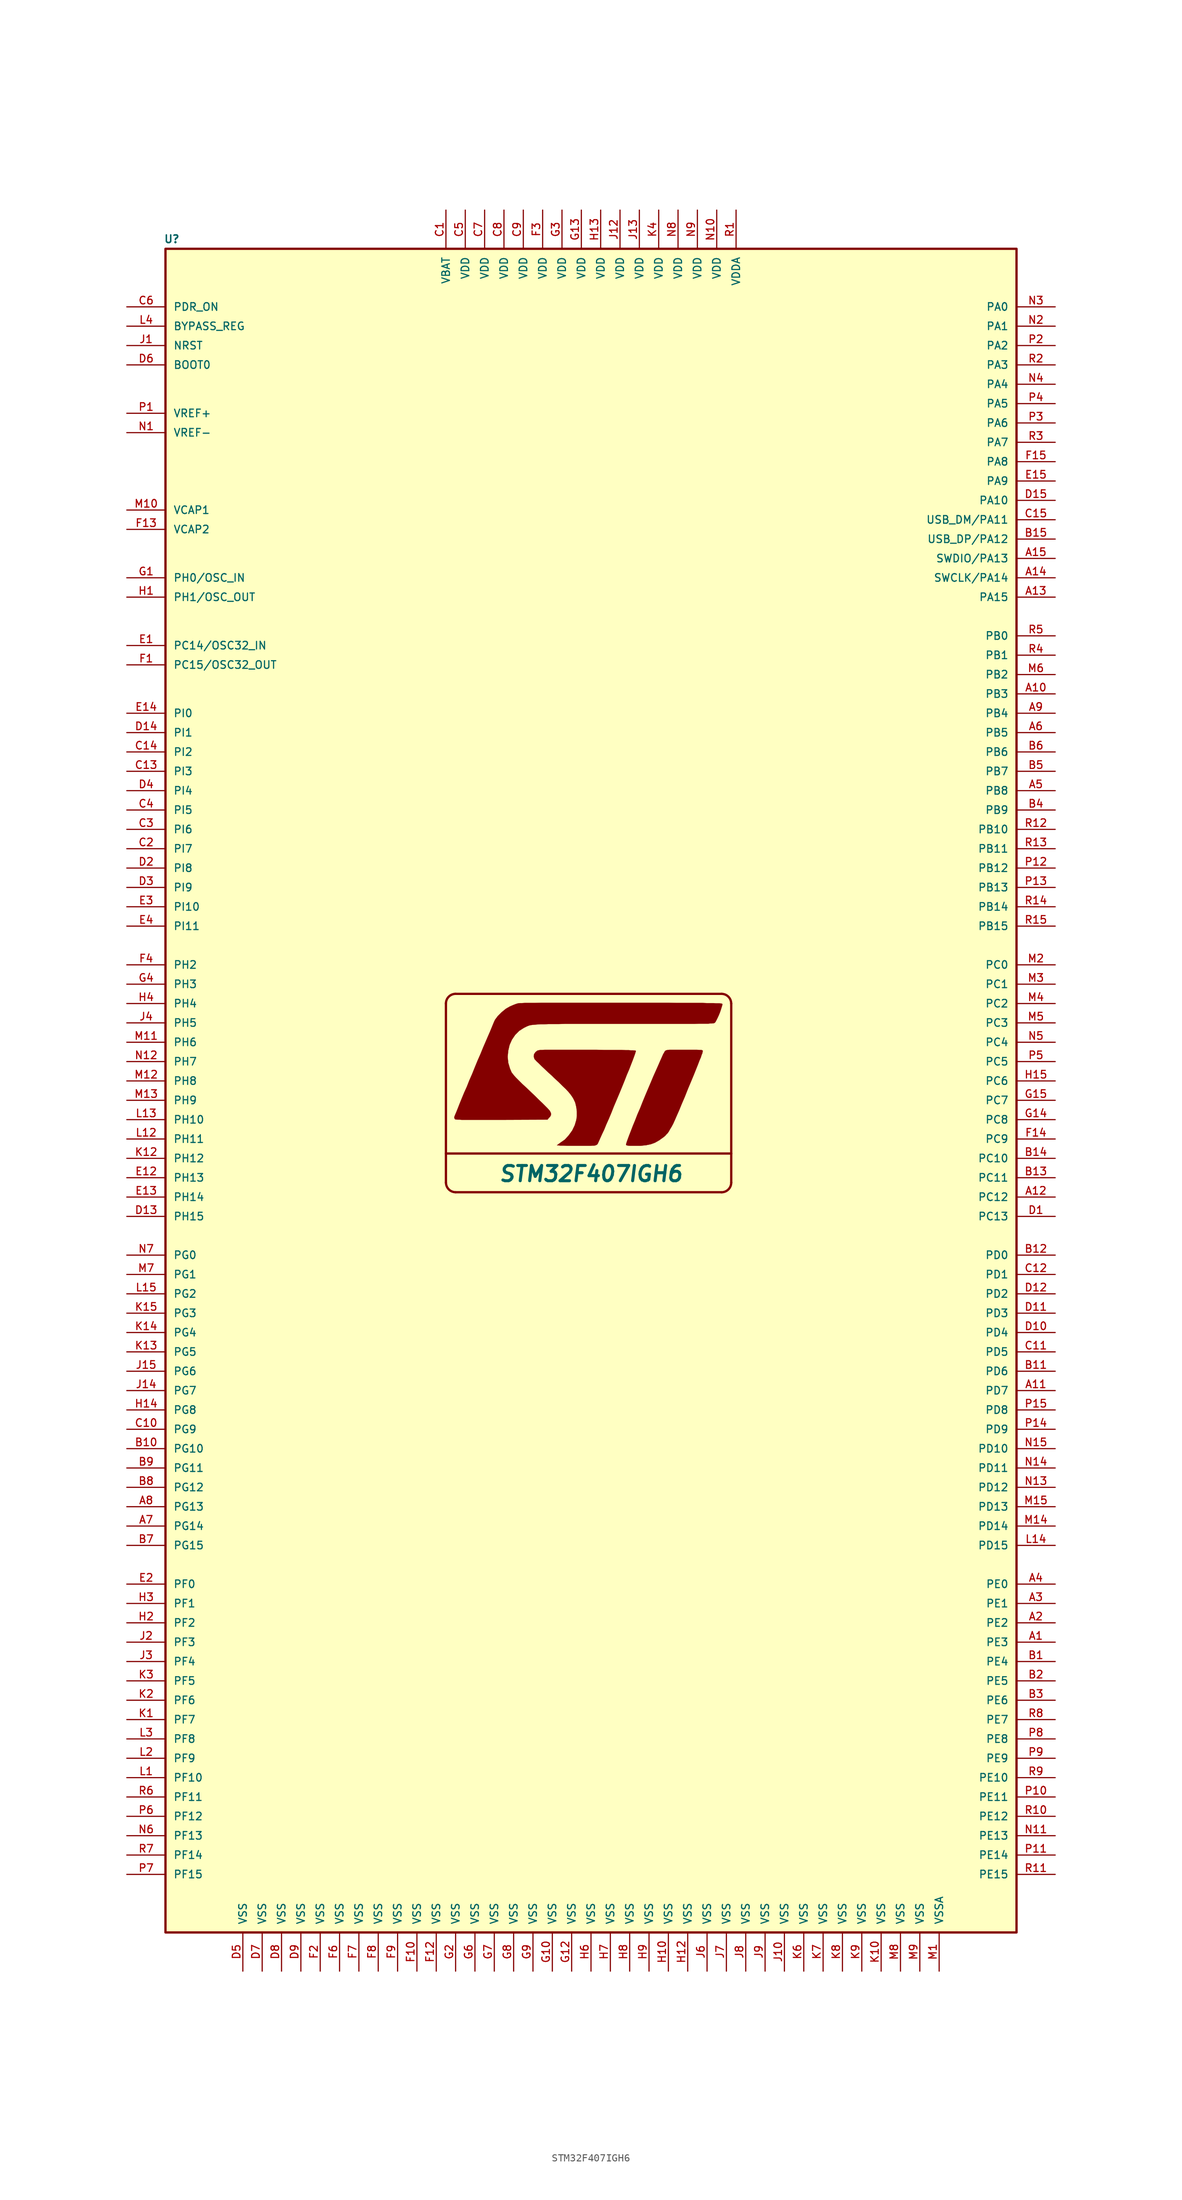
<source format=kicad_sym>
(kicad_symbol_lib
  (version 20201005)
  (generator kicad_symbol_editor)
  (symbol "HDLib_Microcontroller:STM32F407IGH6"
    (pin_names
      (offset 1))
    (property "Reference" "U"
      (at -56.134 113.03 0)
      (effects (font (size 1 1) bold) (justify left)))
    (property "Value" "STM32F407IGH6"
      (at 0 -9.652 0)
      (effects (font (size 2 2) bold italic)))
    (symbol "STM32F407IGH6_0_0"
      (polyline (pts (xy 7.239 -5.893) (xy 7.849 -5.766) (xy 8.407 -5.563) (xy 8.941 -5.258) (xy 9.474 -4.877) (xy 9.576 -4.801) (xy 9.754 -4.648) (xy 9.906 -4.47) (xy 10.084 -4.293) (xy 10.236 -4.064) (xy 10.389 -3.785) (xy 10.592 -3.454) (xy 10.795 -3.073) (xy 11.024 -2.565) (xy 11.278 -1.981) (xy 11.582 -1.295) (xy 11.913 -0.483) (xy 12.319 0.457) (xy 12.751 1.549) (xy 13.106 2.388) (xy 13.487 3.302) (xy 14.046 4.699) (xy 14.249 5.232) (xy 14.427 5.639) (xy 14.529 5.969) (xy 14.63 6.198) (xy 14.656 6.375) (xy 14.681 6.477) (xy 14.656 6.528) (xy 14.58 6.579) (xy 14.453 6.604) (xy 14.224 6.604) (xy 13.919 6.629) (xy 10.312 6.629) (xy 10.109 6.604) (xy 9.957 6.579) (xy 9.855 6.553) (xy 9.703 6.452) (xy 9.627 6.299) (xy 9.474 6.045) (xy 9.296 5.639) (xy 9.068 5.131) (xy 8.814 4.547) (xy 8.509 3.861) (xy 8.179 3.124) (xy 7.849 2.337) (xy 7.137 0.66) (xy 6.782 -0.203) (xy 6.452 -1.041) (xy 6.096 -1.854) (xy 5.791 -2.642) (xy 5.486 -3.378) (xy 5.232 -4.039) (xy 5.004 -4.623) (xy 4.826 -5.105) (xy 4.699 -5.461) (xy 4.623 -5.715) (xy 4.597 -5.817) (xy 4.623 -5.867) (xy 4.699 -5.918) (xy 4.851 -5.944) (xy 5.08 -5.969) (xy 6.502 -5.969) (xy 7.239 -5.893)) (stroke (width 0.025)) (fill (type outline)))
      (polyline (pts (xy 0.229 -5.944) (xy 0.432 -5.944) (xy 0.584 -5.918) (xy 0.686 -5.867) (xy 0.762 -5.842) (xy 0.838 -5.766) (xy 0.914 -5.639) (xy 1.041 -5.359) (xy 1.219 -4.953) (xy 1.448 -4.445) (xy 1.727 -3.861) (xy 2.007 -3.175) (xy 2.337 -2.438) (xy 2.667 -1.651) (xy 2.997 -0.813) (xy 3.708 0.864) (xy 4.064 1.727) (xy 4.394 2.54) (xy 4.699 3.327) (xy 5.004 4.039) (xy 5.258 4.699) (xy 5.486 5.283) (xy 5.664 5.766) (xy 5.791 6.121) (xy 5.867 6.375) (xy 5.893 6.477) (xy 5.867 6.502) (xy 5.791 6.528) (xy 5.69 6.528) (xy 5.512 6.553) (xy 5.258 6.553) (xy 4.953 6.579) (xy 4.547 6.579) (xy 4.013 6.604) (xy 1.753 6.604) (xy 0.711 6.629) (xy -6.096 6.629) (xy -6.401 6.604) (xy -6.629 6.604) (xy -6.782 6.579) (xy -6.909 6.553) (xy -7.01 6.528) (xy -7.061 6.502) (xy -7.264 6.35) (xy -7.468 6.071) (xy -7.518 5.74) (xy -7.417 5.41) (xy -7.341 5.334) (xy -7.163 5.131) (xy -6.883 4.877) (xy -6.528 4.521) (xy -6.096 4.115) (xy -5.613 3.658) (xy -5.105 3.2) (xy -4.877 2.972) (xy -4.242 2.388) (xy -3.734 1.88) (xy -3.302 1.473) (xy -2.972 1.118) (xy -2.718 0.813) (xy -2.515 0.533) (xy -2.337 0.254) (xy -2.21 0) (xy -2.083 -0.279) (xy -2.057 -0.356) (xy -1.93 -0.889) (xy -1.854 -1.473) (xy -1.854 -2.083) (xy -1.93 -2.591) (xy -2.134 -3.277) (xy -2.464 -3.962) (xy -2.921 -4.597) (xy -3.429 -5.156) (xy -4.013 -5.563) (xy -4.216 -5.715) (xy -4.394 -5.842) (xy -4.47 -5.918) (xy -4.318 -5.918) (xy -4.039 -5.944) (xy -3.632 -5.944) (xy -3.15 -5.969) (xy -0.051 -5.969) (xy 0.229 -5.944)) (stroke (width 0.025)) (fill (type outline)))
      (polyline (pts (xy -5.715 -2.54) (xy -5.486 -2.261) (xy -5.385 -2.184) (xy -5.258 -1.93) (xy -5.258 -1.702) (xy -5.385 -1.422) (xy -5.486 -1.295) (xy -5.69 -1.067) (xy -6.375 -0.381) (xy -6.833 0.051) (xy -7.315 0.533) (xy -7.849 1.041) (xy -8.433 1.6) (xy -9.017 2.134) (xy -9.855 2.972) (xy -10.109 3.251) (xy -10.287 3.48) (xy -10.414 3.632) (xy -10.643 4.166) (xy -10.871 4.928) (xy -10.947 5.715) (xy -10.871 6.502) (xy -10.693 7.264) (xy -10.389 7.95) (xy -9.957 8.585) (xy -9.423 9.119) (xy -8.788 9.525) (xy -8.661 9.576) (xy -8.534 9.652) (xy -8.407 9.703) (xy -8.306 9.754) (xy -8.001 9.855) (xy -7.823 9.881) (xy -7.62 9.906) (xy -7.341 9.931) (xy -7.01 9.957) (xy -6.629 9.982) (xy -6.172 9.982) (xy -5.613 10.008) (xy -4.267 10.008) (xy -3.429 10.033) (xy 13.589 10.033) (xy 14.173 10.058) (xy 15.392 10.058) (xy 15.646 10.084) (xy 15.85 10.084) (xy 16.002 10.109) (xy 16.104 10.109) (xy 16.18 10.135) (xy 16.231 10.16) (xy 16.332 10.262) (xy 16.459 10.49) (xy 16.612 10.795) (xy 16.789 11.176) (xy 16.942 11.557) (xy 17.069 11.938) (xy 17.17 12.268) (xy 17.247 12.522) (xy 17.247 12.649) (xy 17.221 12.649) (xy 17.196 12.675) (xy 17.12 12.7) (xy 17.018 12.7) (xy 16.866 12.725) (xy 16.408 12.725) (xy 16.104 12.751) (xy 15.215 12.751) (xy 14.63 12.776) (xy 11.252 12.776) (xy 10.109 12.802) (xy -6.502 12.802) (xy -7.391 12.776) (xy -8.661 12.776) (xy -9.093 12.751) (xy -9.373 12.751) (xy -9.525 12.725) (xy -9.576 12.725) (xy -9.906 12.624) (xy -10.287 12.471) (xy -10.643 12.319) (xy -11.176 12.014) (xy -11.735 11.557) (xy -12.243 11.049) (xy -12.624 10.541) (xy -12.624 10.516) (xy -12.725 10.312) (xy -12.852 10.008) (xy -13.03 9.576) (xy -13.259 9.017) (xy -13.538 8.382) (xy -13.843 7.671) (xy -14.173 6.909) (xy -14.503 6.096) (xy -14.884 5.232) (xy -15.24 4.369) (xy -15.596 3.48) (xy -15.977 2.616) (xy -16.307 1.778) (xy -16.662 0.991) (xy -16.967 0.254) (xy -17.247 -0.432) (xy -17.475 -1.016) (xy -17.678 -1.524) (xy -17.831 -1.88) (xy -17.932 -2.134) (xy -17.958 -2.286) (xy -17.882 -2.464) (xy -17.78 -2.515) (xy -17.678 -2.515) (xy -17.501 -2.54) (xy -17.272 -2.54) (xy -16.967 -2.565) (xy -11.735 -2.565) (xy -5.715 -2.54)) (stroke (width 0.025)) (fill (type outline))))
    (symbol "STM32F407IGH6_0_1"
      (arc (start -19.05 -10.795) (end -17.78 -12.065) (radius (at -17.78 -10.795) (length 1.27) (angles 180 -90)) (stroke (width 0.3)) (fill (type none)))
      (arc (start -17.78 13.97) (end -19.05 12.7) (radius (at -17.78 12.7) (length 1.27) (angles 90 180)) (stroke (width 0.3)) (fill (type none)))
      (arc (start 18.415 -10.795) (end 17.145 -12.065) (radius (at 17.145 -10.795) (length 1.27) (angles 0 -90)) (stroke (width 0.3)) (fill (type none)))
      (arc (start 17.145 13.97) (end 18.415 12.7) (radius (at 17.145 12.7) (length 1.27) (angles 90 0)) (stroke (width 0.3)) (fill (type none)))
      (rectangle (start -55.88 111.76) (end 55.88 -109.22) (stroke (width 0.3)) (fill (type background)))
      (polyline (pts (xy -19.05 -6.985) (xy 18.415 -6.985)) (stroke (width 0.3)) (fill (type none)))
      (polyline (pts (xy -19.05 12.7) (xy -19.05 -10.795)) (stroke (width 0.3)) (fill (type none)))
      (polyline (pts (xy -17.78 -12.065) (xy 17.145 -12.065)) (stroke (width 0.3)) (fill (type none)))
      (polyline (pts (xy 17.145 13.97) (xy -17.78 13.97)) (stroke (width 0.3)) (fill (type none)))
      (polyline (pts (xy 18.415 -10.795) (xy 18.415 12.7)) (stroke (width 0.3)) (fill (type none))))
    (symbol "STM32F407IGH6_1_1"
      (pin bidirectional line (at 60.96 -71.12 180) (length 5.08) (name "PE3" (effects (font (size 1 1)))) (number "A1" (effects (font (size 1 1)))))
      (pin bidirectional line (at 60.96 53.34 180) (length 5.08) (name "PB3" (effects (font (size 1 1)))) (number "A10" (effects (font (size 1 1)))))
      (pin bidirectional line (at 60.96 -38.1 180) (length 5.08) (name "PD7" (effects (font (size 1 1)))) (number "A11" (effects (font (size 1 1)))))
      (pin bidirectional line (at 60.96 -12.7 180) (length 5.08) (name "PC12" (effects (font (size 1 1)))) (number "A12" (effects (font (size 1 1)))))
      (pin bidirectional line (at 60.96 66.04 180) (length 5.08) (name "PA15" (effects (font (size 1 1)))) (number "A13" (effects (font (size 1 1)))))
      (pin bidirectional line (at 60.96 68.58 180) (length 5.08) (name "SWCLK/PA14" (effects (font (size 1 1)))) (number "A14" (effects (font (size 1 1)))))
      (pin bidirectional line (at 60.96 71.12 180) (length 5.08) (name "SWDIO/PA13" (effects (font (size 1 1)))) (number "A15" (effects (font (size 1 1)))))
      (pin bidirectional line (at 60.96 -68.58 180) (length 5.08) (name "PE2" (effects (font (size 1 1)))) (number "A2" (effects (font (size 1 1)))))
      (pin bidirectional line (at 60.96 -66.04 180) (length 5.08) (name "PE1" (effects (font (size 1 1)))) (number "A3" (effects (font (size 1 1)))))
      (pin bidirectional line (at 60.96 -63.5 180) (length 5.08) (name "PE0" (effects (font (size 1 1)))) (number "A4" (effects (font (size 1 1)))))
      (pin bidirectional line (at 60.96 40.64 180) (length 5.08) (name "PB8" (effects (font (size 1 1)))) (number "A5" (effects (font (size 1 1)))))
      (pin bidirectional line (at 60.96 48.26 180) (length 5.08) (name "PB5" (effects (font (size 1 1)))) (number "A6" (effects (font (size 1 1)))))
      (pin bidirectional line (at -60.96 -55.88 0) (length 5.08) (name "PG14" (effects (font (size 1 1)))) (number "A7" (effects (font (size 1 1)))))
      (pin bidirectional line (at -60.96 -53.34 0) (length 5.08) (name "PG13" (effects (font (size 1 1)))) (number "A8" (effects (font (size 1 1)))))
      (pin bidirectional line (at 60.96 50.8 180) (length 5.08) (name "PB4" (effects (font (size 1 1)))) (number "A9" (effects (font (size 1 1)))))
      (pin bidirectional line (at 60.96 -73.66 180) (length 5.08) (name "PE4" (effects (font (size 1 1)))) (number "B1" (effects (font (size 1 1)))))
      (pin bidirectional line (at -60.96 -45.72 0) (length 5.08) (name "PG10" (effects (font (size 1 1)))) (number "B10" (effects (font (size 1 1)))))
      (pin bidirectional line (at 60.96 -35.56 180) (length 5.08) (name "PD6" (effects (font (size 1 1)))) (number "B11" (effects (font (size 1 1)))))
      (pin bidirectional line (at 60.96 -20.32 180) (length 5.08) (name "PD0" (effects (font (size 1 1)))) (number "B12" (effects (font (size 1 1)))))
      (pin bidirectional line (at 60.96 -10.16 180) (length 5.08) (name "PC11" (effects (font (size 1 1)))) (number "B13" (effects (font (size 1 1)))))
      (pin bidirectional line (at 60.96 -7.62 180) (length 5.08) (name "PC10" (effects (font (size 1 1)))) (number "B14" (effects (font (size 1 1)))))
      (pin bidirectional line (at 60.96 73.66 180) (length 5.08) (name "USB_DP/PA12" (effects (font (size 1 1)))) (number "B15" (effects (font (size 1 1)))))
      (pin bidirectional line (at 60.96 -76.2 180) (length 5.08) (name "PE5" (effects (font (size 1 1)))) (number "B2" (effects (font (size 1 1)))))
      (pin bidirectional line (at 60.96 -78.74 180) (length 5.08) (name "PE6" (effects (font (size 1 1)))) (number "B3" (effects (font (size 1 1)))))
      (pin bidirectional line (at 60.96 38.1 180) (length 5.08) (name "PB9" (effects (font (size 1 1)))) (number "B4" (effects (font (size 1 1)))))
      (pin bidirectional line (at 60.96 43.18 180) (length 5.08) (name "PB7" (effects (font (size 1 1)))) (number "B5" (effects (font (size 1 1)))))
      (pin bidirectional line (at 60.96 45.72 180) (length 5.08) (name "PB6" (effects (font (size 1 1)))) (number "B6" (effects (font (size 1 1)))))
      (pin bidirectional line (at -60.96 -58.42 0) (length 5.08) (name "PG15" (effects (font (size 1 1)))) (number "B7" (effects (font (size 1 1)))))
      (pin bidirectional line (at -60.96 -50.8 0) (length 5.08) (name "PG12" (effects (font (size 1 1)))) (number "B8" (effects (font (size 1 1)))))
      (pin bidirectional line (at -60.96 -48.26 0) (length 5.08) (name "PG11" (effects (font (size 1 1)))) (number "B9" (effects (font (size 1 1)))))
      (pin power_in line (at -19.05 116.84 270) (length 5.08) (name "VBAT" (effects (font (size 1 1)))) (number "C1" (effects (font (size 1 1)))))
      (pin bidirectional line (at -60.96 -43.18 0) (length 5.08) (name "PG9" (effects (font (size 1 1)))) (number "C10" (effects (font (size 1 1)))))
      (pin bidirectional line (at 60.96 -33.02 180) (length 5.08) (name "PD5" (effects (font (size 1 1)))) (number "C11" (effects (font (size 1 1)))))
      (pin bidirectional line (at 60.96 -22.86 180) (length 5.08) (name "PD1" (effects (font (size 1 1)))) (number "C12" (effects (font (size 1 1)))))
      (pin bidirectional line (at -60.96 43.18 0) (length 5.08) (name "PI3" (effects (font (size 1 1)))) (number "C13" (effects (font (size 1 1)))))
      (pin bidirectional line (at -60.96 45.72 0) (length 5.08) (name "PI2" (effects (font (size 1 1)))) (number "C14" (effects (font (size 1 1)))))
      (pin bidirectional line (at 60.96 76.2 180) (length 5.08) (name "USB_DM/PA11" (effects (font (size 1 1)))) (number "C15" (effects (font (size 1 1)))))
      (pin bidirectional line (at -60.96 33.02 0) (length 5.08) (name "PI7" (effects (font (size 1 1)))) (number "C2" (effects (font (size 1 1)))))
      (pin bidirectional line (at -60.96 35.56 0) (length 5.08) (name "PI6" (effects (font (size 1 1)))) (number "C3" (effects (font (size 1 1)))))
      (pin bidirectional line (at -60.96 38.1 0) (length 5.08) (name "PI5" (effects (font (size 1 1)))) (number "C4" (effects (font (size 1 1)))))
      (pin power_in line (at -16.51 116.84 270) (length 5.08) (name "VDD" (effects (font (size 1 1)))) (number "C5" (effects (font (size 1 1)))))
      (pin input line (at -60.96 104.14 0) (length 5.08) (name "PDR_ON" (effects (font (size 1 1)))) (number "C6" (effects (font (size 1 1)))))
      (pin power_in line (at -13.97 116.84 270) (length 5.08) (name "VDD" (effects (font (size 1 1)))) (number "C7" (effects (font (size 1 1)))))
      (pin power_in line (at -11.43 116.84 270) (length 5.08) (name "VDD" (effects (font (size 1 1)))) (number "C8" (effects (font (size 1 1)))))
      (pin power_in line (at -8.89 116.84 270) (length 5.08) (name "VDD" (effects (font (size 1 1)))) (number "C9" (effects (font (size 1 1)))))
      (pin bidirectional line (at 60.96 -15.24 180) (length 5.08) (name "PC13" (effects (font (size 1 1)))) (number "D1" (effects (font (size 1 1)))))
      (pin bidirectional line (at 60.96 -30.48 180) (length 5.08) (name "PD4" (effects (font (size 1 1)))) (number "D10" (effects (font (size 1 1)))))
      (pin bidirectional line (at 60.96 -27.94 180) (length 5.08) (name "PD3" (effects (font (size 1 1)))) (number "D11" (effects (font (size 1 1)))))
      (pin bidirectional line (at 60.96 -25.4 180) (length 5.08) (name "PD2" (effects (font (size 1 1)))) (number "D12" (effects (font (size 1 1)))))
      (pin bidirectional line (at -60.96 -15.24 0) (length 5.08) (name "PH15" (effects (font (size 1 1)))) (number "D13" (effects (font (size 1 1)))))
      (pin bidirectional line (at -60.96 48.26 0) (length 5.08) (name "PI1" (effects (font (size 1 1)))) (number "D14" (effects (font (size 1 1)))))
      (pin bidirectional line (at 60.96 78.74 180) (length 5.08) (name "PA10" (effects (font (size 1 1)))) (number "D15" (effects (font (size 1 1)))))
      (pin bidirectional line (at -60.96 30.48 0) (length 5.08) (name "PI8" (effects (font (size 1 1)))) (number "D2" (effects (font (size 1 1)))))
      (pin bidirectional line (at -60.96 27.94 0) (length 5.08) (name "PI9" (effects (font (size 1 1)))) (number "D3" (effects (font (size 1 1)))))
      (pin bidirectional line (at -60.96 40.64 0) (length 5.08) (name "PI4" (effects (font (size 1 1)))) (number "D4" (effects (font (size 1 1)))))
      (pin power_in line (at -45.72 -114.3 90) (length 5.08) (name "VSS" (effects (font (size 1 1)))) (number "D5" (effects (font (size 1 1)))))
      (pin input line (at -60.96 96.52 0) (length 5.08) (name "BOOT0" (effects (font (size 1 1)))) (number "D6" (effects (font (size 1 1)))))
      (pin power_in line (at -43.18 -114.3 90) (length 5.08) (name "VSS" (effects (font (size 1 1)))) (number "D7" (effects (font (size 1 1)))))
      (pin power_in line (at -40.64 -114.3 90) (length 5.08) (name "VSS" (effects (font (size 1 1)))) (number "D8" (effects (font (size 1 1)))))
      (pin power_in line (at -38.1 -114.3 90) (length 5.08) (name "VSS" (effects (font (size 1 1)))) (number "D9" (effects (font (size 1 1)))))
      (pin bidirectional line (at -60.96 59.69 0) (length 5.08) (name "PC14/OSC32_IN" (effects (font (size 1 1)))) (number "E1" (effects (font (size 1 1)))))
      (pin bidirectional line (at -60.96 -10.16 0) (length 5.08) (name "PH13" (effects (font (size 1 1)))) (number "E12" (effects (font (size 1 1)))))
      (pin bidirectional line (at -60.96 -12.7 0) (length 5.08) (name "PH14" (effects (font (size 1 1)))) (number "E13" (effects (font (size 1 1)))))
      (pin bidirectional line (at -60.96 50.8 0) (length 5.08) (name "PI0" (effects (font (size 1 1)))) (number "E14" (effects (font (size 1 1)))))
      (pin bidirectional line (at 60.96 81.28 180) (length 5.08) (name "PA9" (effects (font (size 1 1)))) (number "E15" (effects (font (size 1 1)))))
      (pin bidirectional line (at -60.96 -63.5 0) (length 5.08) (name "PF0" (effects (font (size 1 1)))) (number "E2" (effects (font (size 1 1)))))
      (pin bidirectional line (at -60.96 25.4 0) (length 5.08) (name "PI10" (effects (font (size 1 1)))) (number "E3" (effects (font (size 1 1)))))
      (pin bidirectional line (at -60.96 22.86 0) (length 5.08) (name "PI11" (effects (font (size 1 1)))) (number "E4" (effects (font (size 1 1)))))
      (pin bidirectional line (at -60.96 57.15 0) (length 5.08) (name "PC15/OSC32_OUT" (effects (font (size 1 1)))) (number "F1" (effects (font (size 1 1)))))
      (pin power_in line (at -22.86 -114.3 90) (length 5.08) (name "VSS" (effects (font (size 1 1)))) (number "F10" (effects (font (size 1 1)))))
      (pin power_in line (at -20.32 -114.3 90) (length 5.08) (name "VSS" (effects (font (size 1 1)))) (number "F12" (effects (font (size 1 1)))))
      (pin power_in line (at -60.96 74.93 0) (length 5.08) (name "VCAP2" (effects (font (size 1 1)))) (number "F13" (effects (font (size 1 1)))))
      (pin bidirectional line (at 60.96 -5.08 180) (length 5.08) (name "PC9" (effects (font (size 1 1)))) (number "F14" (effects (font (size 1 1)))))
      (pin bidirectional line (at 60.96 83.82 180) (length 5.08) (name "PA8" (effects (font (size 1 1)))) (number "F15" (effects (font (size 1 1)))))
      (pin power_in line (at -35.56 -114.3 90) (length 5.08) (name "VSS" (effects (font (size 1 1)))) (number "F2" (effects (font (size 1 1)))))
      (pin power_in line (at -6.35 116.84 270) (length 5.08) (name "VDD" (effects (font (size 1 1)))) (number "F3" (effects (font (size 1 1)))))
      (pin bidirectional line (at -60.96 17.78 0) (length 5.08) (name "PH2" (effects (font (size 1 1)))) (number "F4" (effects (font (size 1 1)))))
      (pin power_in line (at -33.02 -114.3 90) (length 5.08) (name "VSS" (effects (font (size 1 1)))) (number "F6" (effects (font (size 1 1)))))
      (pin power_in line (at -30.48 -114.3 90) (length 5.08) (name "VSS" (effects (font (size 1 1)))) (number "F7" (effects (font (size 1 1)))))
      (pin power_in line (at -27.94 -114.3 90) (length 5.08) (name "VSS" (effects (font (size 1 1)))) (number "F8" (effects (font (size 1 1)))))
      (pin power_in line (at -25.4 -114.3 90) (length 5.08) (name "VSS" (effects (font (size 1 1)))) (number "F9" (effects (font (size 1 1)))))
      (pin bidirectional line (at -60.96 68.58 0) (length 5.08) (name "PH0/OSC_IN" (effects (font (size 1 1)))) (number "G1" (effects (font (size 1 1)))))
      (pin power_in line (at -5.08 -114.3 90) (length 5.08) (name "VSS" (effects (font (size 1 1)))) (number "G10" (effects (font (size 1 1)))))
      (pin power_in line (at -2.54 -114.3 90) (length 5.08) (name "VSS" (effects (font (size 1 1)))) (number "G12" (effects (font (size 1 1)))))
      (pin power_in line (at -1.27 116.84 270) (length 5.08) (name "VDD" (effects (font (size 1 1)))) (number "G13" (effects (font (size 1 1)))))
      (pin bidirectional line (at 60.96 -2.54 180) (length 5.08) (name "PC8" (effects (font (size 1 1)))) (number "G14" (effects (font (size 1 1)))))
      (pin bidirectional line (at 60.96 0 180) (length 5.08) (name "PC7" (effects (font (size 1 1)))) (number "G15" (effects (font (size 1 1)))))
      (pin power_in line (at -17.78 -114.3 90) (length 5.08) (name "VSS" (effects (font (size 1 1)))) (number "G2" (effects (font (size 1 1)))))
      (pin power_in line (at -3.81 116.84 270) (length 5.08) (name "VDD" (effects (font (size 1 1)))) (number "G3" (effects (font (size 1 1)))))
      (pin bidirectional line (at -60.96 15.24 0) (length 5.08) (name "PH3" (effects (font (size 1 1)))) (number "G4" (effects (font (size 1 1)))))
      (pin power_in line (at -15.24 -114.3 90) (length 5.08) (name "VSS" (effects (font (size 1 1)))) (number "G6" (effects (font (size 1 1)))))
      (pin power_in line (at -12.7 -114.3 90) (length 5.08) (name "VSS" (effects (font (size 1 1)))) (number "G7" (effects (font (size 1 1)))))
      (pin power_in line (at -10.16 -114.3 90) (length 5.08) (name "VSS" (effects (font (size 1 1)))) (number "G8" (effects (font (size 1 1)))))
      (pin power_in line (at -7.62 -114.3 90) (length 5.08) (name "VSS" (effects (font (size 1 1)))) (number "G9" (effects (font (size 1 1)))))
      (pin bidirectional line (at -60.96 66.04 0) (length 5.08) (name "PH1/OSC_OUT" (effects (font (size 1 1)))) (number "H1" (effects (font (size 1 1)))))
      (pin power_in line (at 10.16 -114.3 90) (length 5.08) (name "VSS" (effects (font (size 1 1)))) (number "H10" (effects (font (size 1 1)))))
      (pin power_in line (at 12.7 -114.3 90) (length 5.08) (name "VSS" (effects (font (size 1 1)))) (number "H12" (effects (font (size 1 1)))))
      (pin power_in line (at 1.27 116.84 270) (length 5.08) (name "VDD" (effects (font (size 1 1)))) (number "H13" (effects (font (size 1 1)))))
      (pin bidirectional line (at -60.96 -40.64 0) (length 5.08) (name "PG8" (effects (font (size 1 1)))) (number "H14" (effects (font (size 1 1)))))
      (pin bidirectional line (at 60.96 2.54 180) (length 5.08) (name "PC6" (effects (font (size 1 1)))) (number "H15" (effects (font (size 1 1)))))
      (pin bidirectional line (at -60.96 -68.58 0) (length 5.08) (name "PF2" (effects (font (size 1 1)))) (number "H2" (effects (font (size 1 1)))))
      (pin bidirectional line (at -60.96 -66.04 0) (length 5.08) (name "PF1" (effects (font (size 1 1)))) (number "H3" (effects (font (size 1 1)))))
      (pin bidirectional line (at -60.96 12.7 0) (length 5.08) (name "PH4" (effects (font (size 1 1)))) (number "H4" (effects (font (size 1 1)))))
      (pin power_in line (at 0 -114.3 90) (length 5.08) (name "VSS" (effects (font (size 1 1)))) (number "H6" (effects (font (size 1 1)))))
      (pin power_in line (at 2.54 -114.3 90) (length 5.08) (name "VSS" (effects (font (size 1 1)))) (number "H7" (effects (font (size 1 1)))))
      (pin power_in line (at 5.08 -114.3 90) (length 5.08) (name "VSS" (effects (font (size 1 1)))) (number "H8" (effects (font (size 1 1)))))
      (pin power_in line (at 7.62 -114.3 90) (length 5.08) (name "VSS" (effects (font (size 1 1)))) (number "H9" (effects (font (size 1 1)))))
      (pin input line (at -60.96 99.06 0) (length 5.08) (name "NRST" (effects (font (size 1 1)))) (number "J1" (effects (font (size 1 1)))))
      (pin power_in line (at 25.4 -114.3 90) (length 5.08) (name "VSS" (effects (font (size 1 1)))) (number "J10" (effects (font (size 1 1)))))
      (pin power_in line (at 3.81 116.84 270) (length 5.08) (name "VDD" (effects (font (size 1 1)))) (number "J12" (effects (font (size 1 1)))))
      (pin power_in line (at 6.35 116.84 270) (length 5.08) (name "VDD" (effects (font (size 1 1)))) (number "J13" (effects (font (size 1 1)))))
      (pin bidirectional line (at -60.96 -38.1 0) (length 5.08) (name "PG7" (effects (font (size 1 1)))) (number "J14" (effects (font (size 1 1)))))
      (pin bidirectional line (at -60.96 -35.56 0) (length 5.08) (name "PG6" (effects (font (size 1 1)))) (number "J15" (effects (font (size 1 1)))))
      (pin bidirectional line (at -60.96 -71.12 0) (length 5.08) (name "PF3" (effects (font (size 1 1)))) (number "J2" (effects (font (size 1 1)))))
      (pin bidirectional line (at -60.96 -73.66 0) (length 5.08) (name "PF4" (effects (font (size 1 1)))) (number "J3" (effects (font (size 1 1)))))
      (pin bidirectional line (at -60.96 10.16 0) (length 5.08) (name "PH5" (effects (font (size 1 1)))) (number "J4" (effects (font (size 1 1)))))
      (pin power_in line (at 15.24 -114.3 90) (length 5.08) (name "VSS" (effects (font (size 1 1)))) (number "J6" (effects (font (size 1 1)))))
      (pin power_in line (at 17.78 -114.3 90) (length 5.08) (name "VSS" (effects (font (size 1 1)))) (number "J7" (effects (font (size 1 1)))))
      (pin power_in line (at 20.32 -114.3 90) (length 5.08) (name "VSS" (effects (font (size 1 1)))) (number "J8" (effects (font (size 1 1)))))
      (pin power_in line (at 22.86 -114.3 90) (length 5.08) (name "VSS" (effects (font (size 1 1)))) (number "J9" (effects (font (size 1 1)))))
      (pin bidirectional line (at -60.96 -81.28 0) (length 5.08) (name "PF7" (effects (font (size 1 1)))) (number "K1" (effects (font (size 1 1)))))
      (pin power_in line (at 38.1 -114.3 90) (length 5.08) (name "VSS" (effects (font (size 1 1)))) (number "K10" (effects (font (size 1 1)))))
      (pin bidirectional line (at -60.96 -7.62 0) (length 5.08) (name "PH12" (effects (font (size 1 1)))) (number "K12" (effects (font (size 1 1)))))
      (pin bidirectional line (at -60.96 -33.02 0) (length 5.08) (name "PG5" (effects (font (size 1 1)))) (number "K13" (effects (font (size 1 1)))))
      (pin bidirectional line (at -60.96 -30.48 0) (length 5.08) (name "PG4" (effects (font (size 1 1)))) (number "K14" (effects (font (size 1 1)))))
      (pin bidirectional line (at -60.96 -27.94 0) (length 5.08) (name "PG3" (effects (font (size 1 1)))) (number "K15" (effects (font (size 1 1)))))
      (pin bidirectional line (at -60.96 -78.74 0) (length 5.08) (name "PF6" (effects (font (size 1 1)))) (number "K2" (effects (font (size 1 1)))))
      (pin bidirectional line (at -60.96 -76.2 0) (length 5.08) (name "PF5" (effects (font (size 1 1)))) (number "K3" (effects (font (size 1 1)))))
      (pin power_in line (at 8.89 116.84 270) (length 5.08) (name "VDD" (effects (font (size 1 1)))) (number "K4" (effects (font (size 1 1)))))
      (pin power_in line (at 27.94 -114.3 90) (length 5.08) (name "VSS" (effects (font (size 1 1)))) (number "K6" (effects (font (size 1 1)))))
      (pin power_in line (at 30.48 -114.3 90) (length 5.08) (name "VSS" (effects (font (size 1 1)))) (number "K7" (effects (font (size 1 1)))))
      (pin power_in line (at 33.02 -114.3 90) (length 5.08) (name "VSS" (effects (font (size 1 1)))) (number "K8" (effects (font (size 1 1)))))
      (pin power_in line (at 35.56 -114.3 90) (length 5.08) (name "VSS" (effects (font (size 1 1)))) (number "K9" (effects (font (size 1 1)))))
      (pin bidirectional line (at -60.96 -88.9 0) (length 5.08) (name "PF10" (effects (font (size 1 1)))) (number "L1" (effects (font (size 1 1)))))
      (pin bidirectional line (at -60.96 -5.08 0) (length 5.08) (name "PH11" (effects (font (size 1 1)))) (number "L12" (effects (font (size 1 1)))))
      (pin bidirectional line (at -60.96 -2.54 0) (length 5.08) (name "PH10" (effects (font (size 1 1)))) (number "L13" (effects (font (size 1 1)))))
      (pin bidirectional line (at 60.96 -58.42 180) (length 5.08) (name "PD15" (effects (font (size 1 1)))) (number "L14" (effects (font (size 1 1)))))
      (pin bidirectional line (at -60.96 -25.4 0) (length 5.08) (name "PG2" (effects (font (size 1 1)))) (number "L15" (effects (font (size 1 1)))))
      (pin bidirectional line (at -60.96 -86.36 0) (length 5.08) (name "PF9" (effects (font (size 1 1)))) (number "L2" (effects (font (size 1 1)))))
      (pin bidirectional line (at -60.96 -83.82 0) (length 5.08) (name "PF8" (effects (font (size 1 1)))) (number "L3" (effects (font (size 1 1)))))
      (pin input line (at -60.96 101.6 0) (length 5.08) (name "BYPASS_REG" (effects (font (size 1 1)))) (number "L4" (effects (font (size 1 1)))))
      (pin power_in line (at 45.72 -114.3 90) (length 5.08) (name "VSSA" (effects (font (size 1 1)))) (number "M1" (effects (font (size 1 1)))))
      (pin power_in line (at -60.96 77.47 0) (length 5.08) (name "VCAP1" (effects (font (size 1 1)))) (number "M10" (effects (font (size 1 1)))))
      (pin bidirectional line (at -60.96 7.62 0) (length 5.08) (name "PH6" (effects (font (size 1 1)))) (number "M11" (effects (font (size 1 1)))))
      (pin bidirectional line (at -60.96 2.54 0) (length 5.08) (name "PH8" (effects (font (size 1 1)))) (number "M12" (effects (font (size 1 1)))))
      (pin bidirectional line (at -60.96 0 0) (length 5.08) (name "PH9" (effects (font (size 1 1)))) (number "M13" (effects (font (size 1 1)))))
      (pin bidirectional line (at 60.96 -55.88 180) (length 5.08) (name "PD14" (effects (font (size 1 1)))) (number "M14" (effects (font (size 1 1)))))
      (pin bidirectional line (at 60.96 -53.34 180) (length 5.08) (name "PD13" (effects (font (size 1 1)))) (number "M15" (effects (font (size 1 1)))))
      (pin bidirectional line (at 60.96 17.78 180) (length 5.08) (name "PC0" (effects (font (size 1 1)))) (number "M2" (effects (font (size 1 1)))))
      (pin bidirectional line (at 60.96 15.24 180) (length 5.08) (name "PC1" (effects (font (size 1 1)))) (number "M3" (effects (font (size 1 1)))))
      (pin bidirectional line (at 60.96 12.7 180) (length 5.08) (name "PC2" (effects (font (size 1 1)))) (number "M4" (effects (font (size 1 1)))))
      (pin bidirectional line (at 60.96 10.16 180) (length 5.08) (name "PC3" (effects (font (size 1 1)))) (number "M5" (effects (font (size 1 1)))))
      (pin bidirectional line (at 60.96 55.88 180) (length 5.08) (name "PB2" (effects (font (size 1 1)))) (number "M6" (effects (font (size 1 1)))))
      (pin bidirectional line (at -60.96 -22.86 0) (length 5.08) (name "PG1" (effects (font (size 1 1)))) (number "M7" (effects (font (size 1 1)))))
      (pin power_in line (at 40.64 -114.3 90) (length 5.08) (name "VSS" (effects (font (size 1 1)))) (number "M8" (effects (font (size 1 1)))))
      (pin power_in line (at 43.18 -114.3 90) (length 5.08) (name "VSS" (effects (font (size 1 1)))) (number "M9" (effects (font (size 1 1)))))
      (pin power_in line (at -60.96 87.63 0) (length 5.08) (name "VREF-" (effects (font (size 1 1)))) (number "N1" (effects (font (size 1 1)))))
      (pin power_in line (at 16.51 116.84 270) (length 5.08) (name "VDD" (effects (font (size 1 1)))) (number "N10" (effects (font (size 1 1)))))
      (pin bidirectional line (at 60.96 -96.52 180) (length 5.08) (name "PE13" (effects (font (size 1 1)))) (number "N11" (effects (font (size 1 1)))))
      (pin bidirectional line (at -60.96 5.08 0) (length 5.08) (name "PH7" (effects (font (size 1 1)))) (number "N12" (effects (font (size 1 1)))))
      (pin bidirectional line (at 60.96 -50.8 180) (length 5.08) (name "PD12" (effects (font (size 1 1)))) (number "N13" (effects (font (size 1 1)))))
      (pin bidirectional line (at 60.96 -48.26 180) (length 5.08) (name "PD11" (effects (font (size 1 1)))) (number "N14" (effects (font (size 1 1)))))
      (pin bidirectional line (at 60.96 -45.72 180) (length 5.08) (name "PD10" (effects (font (size 1 1)))) (number "N15" (effects (font (size 1 1)))))
      (pin bidirectional line (at 60.96 101.6 180) (length 5.08) (name "PA1" (effects (font (size 1 1)))) (number "N2" (effects (font (size 1 1)))))
      (pin bidirectional line (at 60.96 104.14 180) (length 5.08) (name "PA0" (effects (font (size 1 1)))) (number "N3" (effects (font (size 1 1)))))
      (pin bidirectional line (at 60.96 93.98 180) (length 5.08) (name "PA4" (effects (font (size 1 1)))) (number "N4" (effects (font (size 1 1)))))
      (pin bidirectional line (at 60.96 7.62 180) (length 5.08) (name "PC4" (effects (font (size 1 1)))) (number "N5" (effects (font (size 1 1)))))
      (pin bidirectional line (at -60.96 -96.52 0) (length 5.08) (name "PF13" (effects (font (size 1 1)))) (number "N6" (effects (font (size 1 1)))))
      (pin bidirectional line (at -60.96 -20.32 0) (length 5.08) (name "PG0" (effects (font (size 1 1)))) (number "N7" (effects (font (size 1 1)))))
      (pin power_in line (at 11.43 116.84 270) (length 5.08) (name "VDD" (effects (font (size 1 1)))) (number "N8" (effects (font (size 1 1)))))
      (pin power_in line (at 13.97 116.84 270) (length 5.08) (name "VDD" (effects (font (size 1 1)))) (number "N9" (effects (font (size 1 1)))))
      (pin power_in line (at -60.96 90.17 0) (length 5.08) (name "VREF+" (effects (font (size 1 1)))) (number "P1" (effects (font (size 1 1)))))
      (pin bidirectional line (at 60.96 -91.44 180) (length 5.08) (name "PE11" (effects (font (size 1 1)))) (number "P10" (effects (font (size 1 1)))))
      (pin bidirectional line (at 60.96 -99.06 180) (length 5.08) (name "PE14" (effects (font (size 1 1)))) (number "P11" (effects (font (size 1 1)))))
      (pin bidirectional line (at 60.96 30.48 180) (length 5.08) (name "PB12" (effects (font (size 1 1)))) (number "P12" (effects (font (size 1 1)))))
      (pin bidirectional line (at 60.96 27.94 180) (length 5.08) (name "PB13" (effects (font (size 1 1)))) (number "P13" (effects (font (size 1 1)))))
      (pin bidirectional line (at 60.96 -43.18 180) (length 5.08) (name "PD9" (effects (font (size 1 1)))) (number "P14" (effects (font (size 1 1)))))
      (pin bidirectional line (at 60.96 -40.64 180) (length 5.08) (name "PD8" (effects (font (size 1 1)))) (number "P15" (effects (font (size 1 1)))))
      (pin bidirectional line (at 60.96 99.06 180) (length 5.08) (name "PA2" (effects (font (size 1 1)))) (number "P2" (effects (font (size 1 1)))))
      (pin bidirectional line (at 60.96 88.9 180) (length 5.08) (name "PA6" (effects (font (size 1 1)))) (number "P3" (effects (font (size 1 1)))))
      (pin bidirectional line (at 60.96 91.44 180) (length 5.08) (name "PA5" (effects (font (size 1 1)))) (number "P4" (effects (font (size 1 1)))))
      (pin bidirectional line (at 60.96 5.08 180) (length 5.08) (name "PC5" (effects (font (size 1 1)))) (number "P5" (effects (font (size 1 1)))))
      (pin bidirectional line (at -60.96 -93.98 0) (length 5.08) (name "PF12" (effects (font (size 1 1)))) (number "P6" (effects (font (size 1 1)))))
      (pin bidirectional line (at -60.96 -101.6 0) (length 5.08) (name "PF15" (effects (font (size 1 1)))) (number "P7" (effects (font (size 1 1)))))
      (pin bidirectional line (at 60.96 -83.82 180) (length 5.08) (name "PE8" (effects (font (size 1 1)))) (number "P8" (effects (font (size 1 1)))))
      (pin bidirectional line (at 60.96 -86.36 180) (length 5.08) (name "PE9" (effects (font (size 1 1)))) (number "P9" (effects (font (size 1 1)))))
      (pin power_in line (at 19.05 116.84 270) (length 5.08) (name "VDDA" (effects (font (size 1 1)))) (number "R1" (effects (font (size 1 1)))))
      (pin bidirectional line (at 60.96 -93.98 180) (length 5.08) (name "PE12" (effects (font (size 1 1)))) (number "R10" (effects (font (size 1 1)))))
      (pin bidirectional line (at 60.96 -101.6 180) (length 5.08) (name "PE15" (effects (font (size 1 1)))) (number "R11" (effects (font (size 1 1)))))
      (pin bidirectional line (at 60.96 35.56 180) (length 5.08) (name "PB10" (effects (font (size 1 1)))) (number "R12" (effects (font (size 1 1)))))
      (pin bidirectional line (at 60.96 33.02 180) (length 5.08) (name "PB11" (effects (font (size 1 1)))) (number "R13" (effects (font (size 1 1)))))
      (pin bidirectional line (at 60.96 25.4 180) (length 5.08) (name "PB14" (effects (font (size 1 1)))) (number "R14" (effects (font (size 1 1)))))
      (pin bidirectional line (at 60.96 22.86 180) (length 5.08) (name "PB15" (effects (font (size 1 1)))) (number "R15" (effects (font (size 1 1)))))
      (pin bidirectional line (at 60.96 96.52 180) (length 5.08) (name "PA3" (effects (font (size 1 1)))) (number "R2" (effects (font (size 1 1)))))
      (pin bidirectional line (at 60.96 86.36 180) (length 5.08) (name "PA7" (effects (font (size 1 1)))) (number "R3" (effects (font (size 1 1)))))
      (pin bidirectional line (at 60.96 58.42 180) (length 5.08) (name "PB1" (effects (font (size 1 1)))) (number "R4" (effects (font (size 1 1)))))
      (pin bidirectional line (at 60.96 60.96 180) (length 5.08) (name "PB0" (effects (font (size 1 1)))) (number "R5" (effects (font (size 1 1)))))
      (pin bidirectional line (at -60.96 -91.44 0) (length 5.08) (name "PF11" (effects (font (size 1 1)))) (number "R6" (effects (font (size 1 1)))))
      (pin bidirectional line (at -60.96 -99.06 0) (length 5.08) (name "PF14" (effects (font (size 1 1)))) (number "R7" (effects (font (size 1 1)))))
      (pin bidirectional line (at 60.96 -81.28 180) (length 5.08) (name "PE7" (effects (font (size 1 1)))) (number "R8" (effects (font (size 1 1)))))
      (pin bidirectional line (at 60.96 -88.9 180) (length 5.08) (name "PE10" (effects (font (size 1 1)))) (number "R9" (effects (font (size 1 1))))))))
</source>
